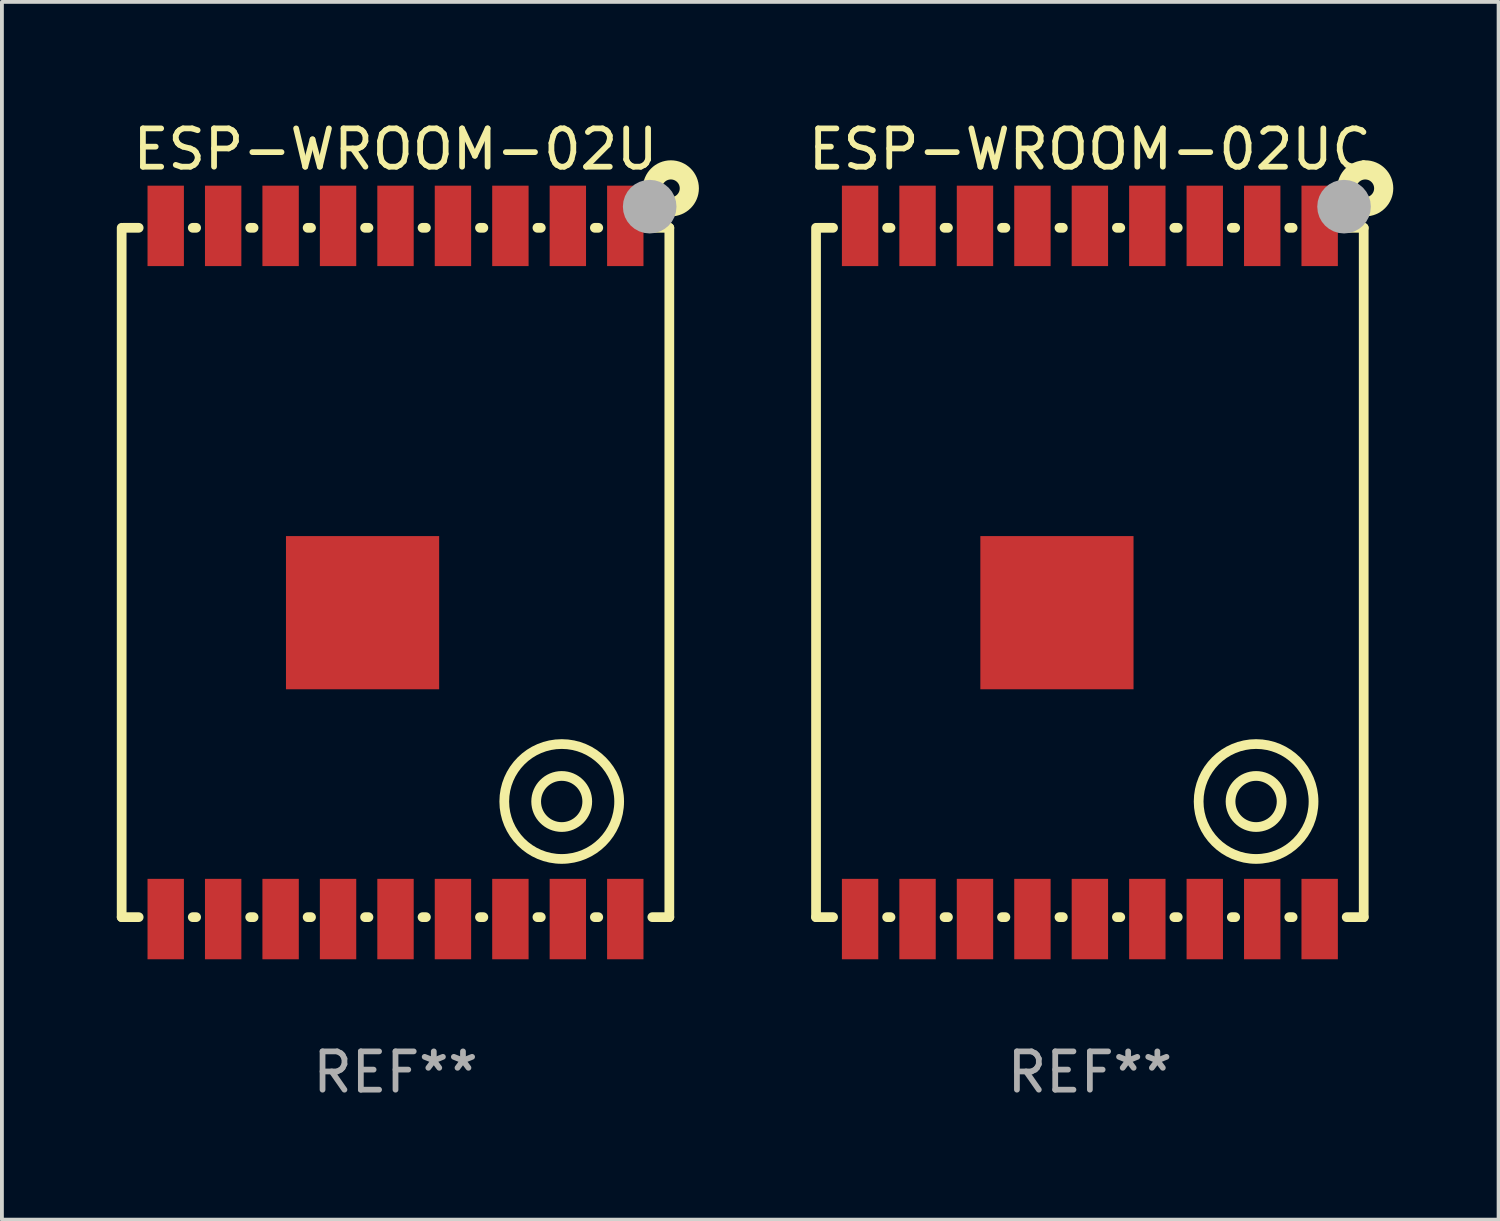
<source format=kicad_pcb>
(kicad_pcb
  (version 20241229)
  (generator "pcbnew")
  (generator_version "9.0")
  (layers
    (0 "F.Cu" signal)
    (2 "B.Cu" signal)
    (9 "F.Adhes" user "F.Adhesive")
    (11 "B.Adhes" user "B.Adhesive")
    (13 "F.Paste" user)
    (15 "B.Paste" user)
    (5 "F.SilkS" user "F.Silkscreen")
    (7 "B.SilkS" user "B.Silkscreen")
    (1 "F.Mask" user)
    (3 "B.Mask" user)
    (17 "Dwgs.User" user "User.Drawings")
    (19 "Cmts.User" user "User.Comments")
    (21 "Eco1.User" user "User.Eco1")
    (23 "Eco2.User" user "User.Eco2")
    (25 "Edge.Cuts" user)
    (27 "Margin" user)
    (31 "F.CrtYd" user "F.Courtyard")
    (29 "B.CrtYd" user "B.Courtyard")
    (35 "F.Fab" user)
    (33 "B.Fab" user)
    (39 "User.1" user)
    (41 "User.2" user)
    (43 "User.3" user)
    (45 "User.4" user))
  (footprint "ESP-WROOM-02UC"
    (layer "F.Cu")
    (at 25.408 11.898)
    (property "Reference" "ESP-WROOM-02UC" (at 0 -11.05 0) (layer "F.SilkS") (effects (font (size 1 1) (thickness 0.15))))
    (attr through_hole)
    (fp_line (start -7.15 -9) (end -7.15 9) (stroke (width 0.254) (type solid)) (layer "F.SilkS"))
    (fp_line (start -7.15 9) (end -6.706 9) (stroke (width 0.254) (type solid)) (layer "F.SilkS"))
    (fp_line (start -6.706 -9) (end -7.11 -9) (stroke (width 0.254) (type solid)) (layer "F.SilkS"))
    (fp_line (start -5.294 9) (end -5.206 9) (stroke (width 0.254) (type solid)) (layer "F.SilkS"))
    (fp_line (start -5.206 -9) (end -5.294 -9) (stroke (width 0.254) (type solid)) (layer "F.SilkS"))
    (fp_line (start -3.794 9) (end -3.706 9) (stroke (width 0.254) (type solid)) (layer "F.SilkS"))
    (fp_line (start -3.706 -9) (end -3.794 -9) (stroke (width 0.254) (type solid)) (layer "F.SilkS"))
    (fp_line (start -2.294 9) (end -2.206 9) (stroke (width 0.254) (type solid)) (layer "F.SilkS"))
    (fp_line (start -2.206 -9) (end -2.294 -9) (stroke (width 0.254) (type solid)) (layer "F.SilkS"))
    (fp_line (start -0.794 9) (end -0.706 9) (stroke (width 0.254) (type solid)) (layer "F.SilkS"))
    (fp_line (start -0.706 -9) (end -0.794 -9) (stroke (width 0.254) (type solid)) (layer "F.SilkS"))
    (fp_line (start 0.706 9) (end 0.794 9) (stroke (width 0.254) (type solid)) (layer "F.SilkS"))
    (fp_line (start 0.794 -9) (end 0.706 -9) (stroke (width 0.254) (type solid)) (layer "F.SilkS"))
    (fp_line (start 2.206 9) (end 2.294 9) (stroke (width 0.254) (type solid)) (layer "F.SilkS"))
    (fp_line (start 2.294 -9) (end 2.206 -9) (stroke (width 0.254) (type solid)) (layer "F.SilkS"))
    (fp_line (start 3.706 9) (end 3.794 9) (stroke (width 0.254) (type solid)) (layer "F.SilkS"))
    (fp_line (start 3.794 -9) (end 3.706 -9) (stroke (width 0.254) (type solid)) (layer "F.SilkS"))
    (fp_line (start 5.206 9) (end 5.294 9) (stroke (width 0.254) (type solid)) (layer "F.SilkS"))
    (fp_line (start 5.294 -9) (end 5.206 -9) (stroke (width 0.254) (type solid)) (layer "F.SilkS"))
    (fp_line (start 6.706 9) (end 7.15 9) (stroke (width 0.254) (type solid)) (layer "F.SilkS"))
    (fp_line (start 7.15 -9) (end 6.706 -9) (stroke (width 0.254) (type solid)) (layer "F.SilkS"))
    (fp_line (start 7.15 9) (end 7.15 -9) (stroke (width 0.254) (type solid)) (layer "F.SilkS"))
    (fp_circle (center 4.34 5.98) (end 5.007 5.98) (stroke (width 0.254) (type solid)) (fill no) (layer "F.SilkS"))
    (fp_circle (center 4.34 5.98) (end 5.84 5.98) (stroke (width 0.254) (type solid)) (fill no) (layer "F.SilkS"))
    (fp_circle (center 7.15 -9) (end 7.18 -9) (stroke (width 0.06) (type solid)) (fill no) (layer "F.SilkS"))
    (fp_circle (center 7.19 -10.03) (end 7.422 -10.03) (stroke (width 0.5) (type solid)) (fill no) (layer "F.SilkS"))
    (fp_circle (center 6.637 -9.552) (end 6.987 -9.552) (stroke (width 0.7) (type solid)) (fill no) (layer "F.Fab"))
    (fp_text user "WIFI" (at -3.36 -3.02 0) (layer "B.Mask") (effects (font (size 1 1) (thickness 0.15))))
    (fp_text user "REF**" (at 0 13.05 0) (layer "F.Fab") (effects (font (size 1 1) (thickness 0.15))))
    (pad "1" smd rect (at 6 -9.05) (size 0.95 2.1) (layers "F.Cu" "F.Mask" "F.Paste"))
    (pad "2" smd rect (at 4.5 -9.05) (size 0.95 2.1) (layers "F.Cu" "F.Mask" "F.Paste"))
    (pad "3" smd rect (at 3 -9.05) (size 0.95 2.1) (layers "F.Cu" "F.Mask" "F.Paste"))
    (pad "4" smd rect (at 1.5 -9.05) (size 0.95 2.1) (layers "F.Cu" "F.Mask" "F.Paste"))
    (pad "5" smd rect (at 0.000064 -9.05) (size 0.95 2.1) (layers "F.Cu" "F.Mask" "F.Paste"))
    (pad "6" smd rect (at -1.5 -9.05) (size 0.95 2.1) (layers "F.Cu" "F.Mask" "F.Paste"))
    (pad "7" smd rect (at -3 -9.05) (size 0.95 2.1) (layers "F.Cu" "F.Mask" "F.Paste"))
    (pad "8" smd rect (at -4.5 -9.05) (size 0.95 2.1) (layers "F.Cu" "F.Mask" "F.Paste"))
    (pad "9" smd rect (at -6 -9.05) (size 0.95 2.1) (layers "F.Cu" "F.Mask" "F.Paste"))
    (pad "10" smd rect (at -6 9.05) (size 0.95 2.1) (layers "F.Cu" "F.Mask" "F.Paste"))
    (pad "11" smd rect (at -4.5 9.05) (size 0.95 2.1) (layers "F.Cu" "F.Mask" "F.Paste"))
    (pad "12" smd rect (at -3 9.05) (size 0.95 2.1) (layers "F.Cu" "F.Mask" "F.Paste"))
    (pad "13" smd rect (at -1.5 9.05) (size 0.95 2.1) (layers "F.Cu" "F.Mask" "F.Paste"))
    (pad "14" smd rect (at 0.000064 9.05) (size 0.95 2.1) (layers "F.Cu" "F.Mask" "F.Paste"))
    (pad "15" smd rect (at 1.5 9.05) (size 0.95 2.1) (layers "F.Cu" "F.Mask" "F.Paste"))
    (pad "16" smd rect (at 3 9.05) (size 0.95 2.1) (layers "F.Cu" "F.Mask" "F.Paste"))
    (pad "17" smd rect (at 4.5 9.05) (size 0.95 2.1) (layers "F.Cu" "F.Mask" "F.Paste"))
    (pad "18" smd rect (at 6 9.05) (size 0.95 2.1) (layers "F.Cu" "F.Mask" "F.Paste"))
    (pad "19" smd rect (at -0.86 1.05) (size 4 4) (layers "F.Cu" "F.Mask" "F.Paste")))
  (footprint "ESP-WROOM-02U"
    (layer "F.Cu")
    (at 7.277 11.898)
    (property "Reference" "ESP-WROOM-02U" (at 0 -11.05 0) (layer "F.SilkS") (effects (font (size 1 1) (thickness 0.15))))
    (attr through_hole)
    (fp_line (start -7.15 -9) (end -7.15 9) (stroke (width 0.254) (type solid)) (layer "F.SilkS"))
    (fp_line (start -7.15 9) (end -6.706 9) (stroke (width 0.254) (type solid)) (layer "F.SilkS"))
    (fp_line (start -6.706 -9) (end -7.11 -9) (stroke (width 0.254) (type solid)) (layer "F.SilkS"))
    (fp_line (start -5.294 9) (end -5.206 9) (stroke (width 0.254) (type solid)) (layer "F.SilkS"))
    (fp_line (start -5.206 -9) (end -5.294 -9) (stroke (width 0.254) (type solid)) (layer "F.SilkS"))
    (fp_line (start -3.794 9) (end -3.706 9) (stroke (width 0.254) (type solid)) (layer "F.SilkS"))
    (fp_line (start -3.706 -9) (end -3.794 -9) (stroke (width 0.254) (type solid)) (layer "F.SilkS"))
    (fp_line (start -2.294 9) (end -2.206 9) (stroke (width 0.254) (type solid)) (layer "F.SilkS"))
    (fp_line (start -2.206 -9) (end -2.294 -9) (stroke (width 0.254) (type solid)) (layer "F.SilkS"))
    (fp_line (start -0.794 9) (end -0.706 9) (stroke (width 0.254) (type solid)) (layer "F.SilkS"))
    (fp_line (start -0.706 -9) (end -0.794 -9) (stroke (width 0.254) (type solid)) (layer "F.SilkS"))
    (fp_line (start 0.706 9) (end 0.794 9) (stroke (width 0.254) (type solid)) (layer "F.SilkS"))
    (fp_line (start 0.794 -9) (end 0.706 -9) (stroke (width 0.254) (type solid)) (layer "F.SilkS"))
    (fp_line (start 2.206 9) (end 2.294 9) (stroke (width 0.254) (type solid)) (layer "F.SilkS"))
    (fp_line (start 2.294 -9) (end 2.206 -9) (stroke (width 0.254) (type solid)) (layer "F.SilkS"))
    (fp_line (start 3.706 9) (end 3.794 9) (stroke (width 0.254) (type solid)) (layer "F.SilkS"))
    (fp_line (start 3.794 -9) (end 3.706 -9) (stroke (width 0.254) (type solid)) (layer "F.SilkS"))
    (fp_line (start 5.206 9) (end 5.294 9) (stroke (width 0.254) (type solid)) (layer "F.SilkS"))
    (fp_line (start 5.294 -9) (end 5.206 -9) (stroke (width 0.254) (type solid)) (layer "F.SilkS"))
    (fp_line (start 6.706 9) (end 7.15 9) (stroke (width 0.254) (type solid)) (layer "F.SilkS"))
    (fp_line (start 7.15 -9) (end 6.706 -9) (stroke (width 0.254) (type solid)) (layer "F.SilkS"))
    (fp_line (start 7.15 9) (end 7.15 -9) (stroke (width 0.254) (type solid)) (layer "F.SilkS"))
    (fp_circle (center 4.34 5.98) (end 5.007 5.98) (stroke (width 0.254) (type solid)) (fill no) (layer "F.SilkS"))
    (fp_circle (center 4.34 5.98) (end 5.84 5.98) (stroke (width 0.254) (type solid)) (fill no) (layer "F.SilkS"))
    (fp_circle (center 7.15 -9) (end 7.18 -9) (stroke (width 0.06) (type solid)) (fill no) (layer "F.SilkS"))
    (fp_circle (center 7.19 -10.03) (end 7.422 -10.03) (stroke (width 0.5) (type solid)) (fill no) (layer "F.SilkS"))
    (fp_circle (center 6.637 -9.552) (end 6.987 -9.552) (stroke (width 0.7) (type solid)) (fill no) (layer "F.Fab"))
    (fp_text user "WIFI" (at -3.36 -3.02 0) (layer "B.Mask") (effects (font (size 1 1) (thickness 0.15))))
    (fp_text user "REF**" (at 0 13.05 0) (layer "F.Fab") (effects (font (size 1 1) (thickness 0.15))))
    (pad "1" smd rect (at 6 -9.05) (size 0.95 2.1) (layers "F.Cu" "F.Mask" "F.Paste"))
    (pad "2" smd rect (at 4.5 -9.05) (size 0.95 2.1) (layers "F.Cu" "F.Mask" "F.Paste"))
    (pad "3" smd rect (at 3 -9.05) (size 0.95 2.1) (layers "F.Cu" "F.Mask" "F.Paste"))
    (pad "4" smd rect (at 1.5 -9.05) (size 0.95 2.1) (layers "F.Cu" "F.Mask" "F.Paste"))
    (pad "5" smd rect (at 0.000064 -9.05) (size 0.95 2.1) (layers "F.Cu" "F.Mask" "F.Paste"))
    (pad "6" smd rect (at -1.5 -9.05) (size 0.95 2.1) (layers "F.Cu" "F.Mask" "F.Paste"))
    (pad "7" smd rect (at -3 -9.05) (size 0.95 2.1) (layers "F.Cu" "F.Mask" "F.Paste"))
    (pad "8" smd rect (at -4.5 -9.05) (size 0.95 2.1) (layers "F.Cu" "F.Mask" "F.Paste"))
    (pad "9" smd rect (at -6 -9.05) (size 0.95 2.1) (layers "F.Cu" "F.Mask" "F.Paste"))
    (pad "10" smd rect (at -6 9.05) (size 0.95 2.1) (layers "F.Cu" "F.Mask" "F.Paste"))
    (pad "11" smd rect (at -4.5 9.05) (size 0.95 2.1) (layers "F.Cu" "F.Mask" "F.Paste"))
    (pad "12" smd rect (at -3 9.05) (size 0.95 2.1) (layers "F.Cu" "F.Mask" "F.Paste"))
    (pad "13" smd rect (at -1.5 9.05) (size 0.95 2.1) (layers "F.Cu" "F.Mask" "F.Paste"))
    (pad "14" smd rect (at 0.000064 9.05) (size 0.95 2.1) (layers "F.Cu" "F.Mask" "F.Paste"))
    (pad "15" smd rect (at 1.5 9.05) (size 0.95 2.1) (layers "F.Cu" "F.Mask" "F.Paste"))
    (pad "16" smd rect (at 3 9.05) (size 0.95 2.1) (layers "F.Cu" "F.Mask" "F.Paste"))
    (pad "17" smd rect (at 4.5 9.05) (size 0.95 2.1) (layers "F.Cu" "F.Mask" "F.Paste"))
    (pad "18" smd rect (at 6 9.05) (size 0.95 2.1) (layers "F.Cu" "F.Mask" "F.Paste"))
    (pad "19" smd rect (at -0.86 1.05) (size 4 4) (layers "F.Cu" "F.Mask" "F.Paste")))
  (gr_rect
    (start -3 -3)
    (end 36.08 28.797)
    (stroke (width 0.1) (type default))
    (fill no)
    (layer "Edge.Cuts")))
</source>
